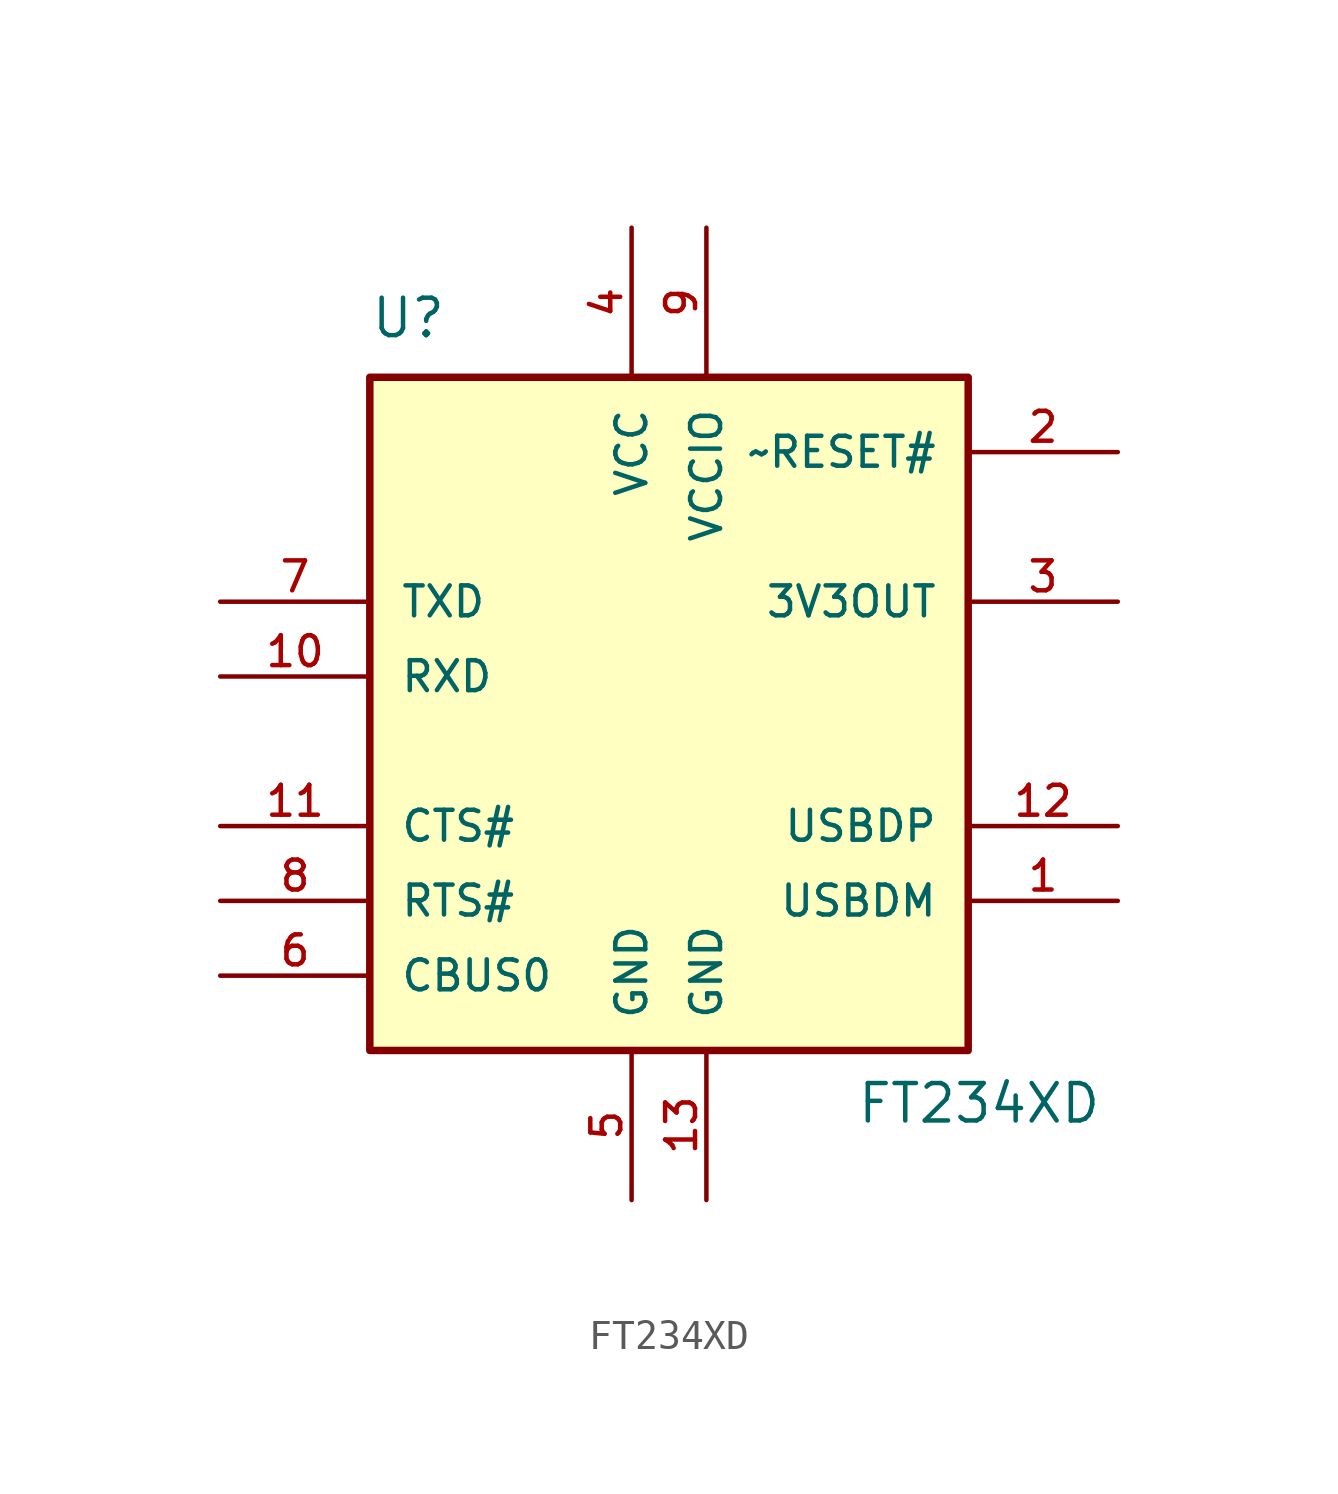
<source format=kicad_sym>
(kicad_symbol_lib
  (version 20210619)
  (generator kicad_symbol_editor)
  (symbol "FT234XD"
    (pin_names
      (offset 1.016))
    (property "Reference" "U"
      (at -10.16 13.97 0)
      (effects (font (size 1.27 1.27)) (justify left bottom)))
    (property "Value" "FT234XD"
      (at 6.35 -12.7 0)
      (effects (font (size 1.27 1.27)) (justify left bottom)))
    (symbol "FT234XD_0_0"
      (rectangle (start -10.16 -10.16) (end 10.16 12.7) (stroke (width 0.254)) (fill (type background)))
      (pin bidirectional line (at 15.24 -5.08 180) (length 5.08) (name "USBDM" (effects (font (size 1.016 1.016)))) (number "1" (effects (font (size 1.016 1.016)))))
      (pin input line (at -15.24 2.54 0) (length 5.08) (name "RXD" (effects (font (size 1.016 1.016)))) (number "10" (effects (font (size 1.016 1.016)))))
      (pin input line (at -15.24 -2.54 0) (length 5.08) (name "CTS#" (effects (font (size 1.016 1.016)))) (number "11" (effects (font (size 1.016 1.016)))))
      (pin bidirectional line (at 15.24 -2.54 180) (length 5.08) (name "USBDP" (effects (font (size 1.016 1.016)))) (number "12" (effects (font (size 1.016 1.016)))))
      (pin power_in line (at 1.27 -15.24 90) (length 5.08) (name "GND" (effects (font (size 1.016 1.016)))) (number "13" (effects (font (size 1.016 1.016)))))
      (pin input line (at 15.24 10.16 180) (length 5.08) (name "~RESET#" (effects (font (size 1.016 1.016)))) (number "2" (effects (font (size 1.016 1.016)))))
      (pin output line (at 15.24 5.08 180) (length 5.08) (name "3V3OUT" (effects (font (size 1.016 1.016)))) (number "3" (effects (font (size 1.016 1.016)))))
      (pin power_in line (at -1.27 17.78 270) (length 5.08) (name "VCC" (effects (font (size 1.016 1.016)))) (number "4" (effects (font (size 1.016 1.016)))))
      (pin power_in line (at -1.27 -15.24 90) (length 5.08) (name "GND" (effects (font (size 1.016 1.016)))) (number "5" (effects (font (size 1.016 1.016)))))
      (pin bidirectional line (at -15.24 -7.62 0) (length 5.08) (name "CBUS0" (effects (font (size 1.016 1.016)))) (number "6" (effects (font (size 1.016 1.016)))))
      (pin output line (at -15.24 5.08 0) (length 5.08) (name "TXD" (effects (font (size 1.016 1.016)))) (number "7" (effects (font (size 1.016 1.016)))))
      (pin output line (at -15.24 -5.08 0) (length 5.08) (name "RTS#" (effects (font (size 1.016 1.016)))) (number "8" (effects (font (size 1.016 1.016)))))
      (pin power_in line (at 1.27 17.78 270) (length 5.08) (name "VCCIO" (effects (font (size 1.016 1.016)))) (number "9" (effects (font (size 1.016 1.016))))))))
</source>
